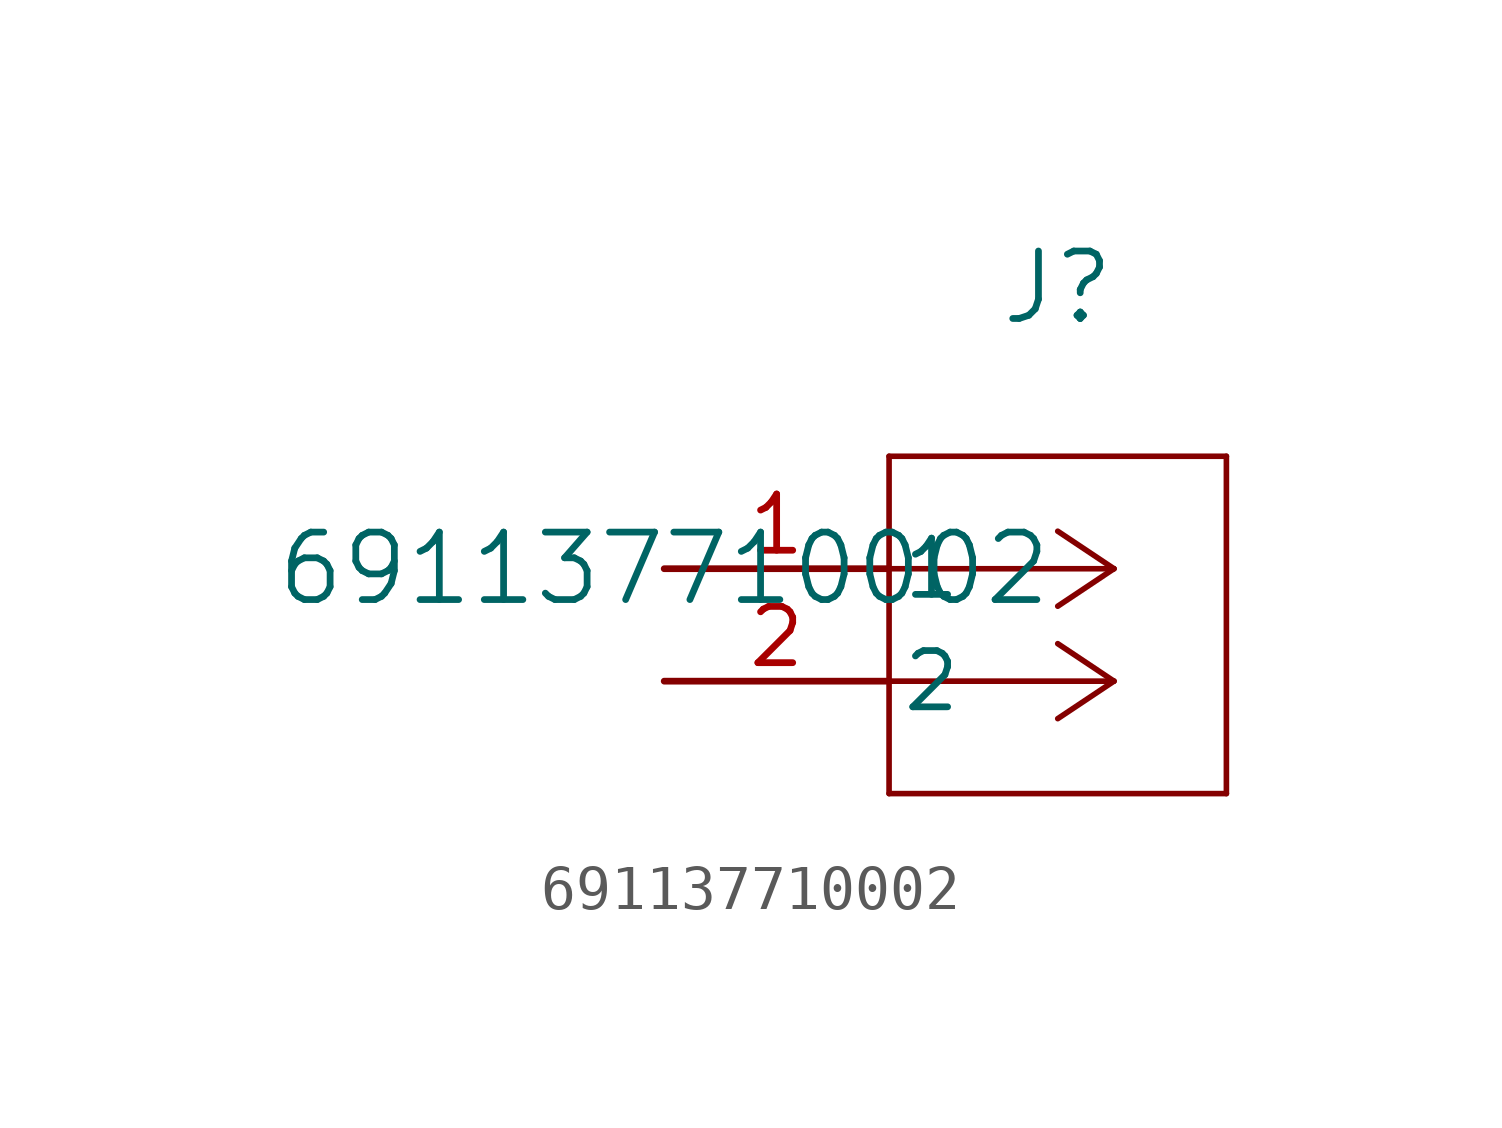
<source format=kicad_sym>
(kicad_symbol_lib
  (version 20211014)
  (generator kicad_symbol_editor)
  (symbol "691137710002"
    (pin_names
      (offset 0.254))
    (property "Reference" "J"
      (at 8.89 6.35 0)
      (effects (font (size 1.524 1.524))))
    (property "Value" "691137710002"
      (at 0 0 0)
      (effects (font (size 1.524 1.524))))
    (symbol "691137710002_0_1"
      (polyline (pts (xy 10.16 0) (xy 5.08 0)) (stroke (width 0.127) (type default) (color 0 0 0 0)) (fill (type none)))
      (polyline (pts (xy 10.16 -2.54) (xy 5.08 -2.54)) (stroke (width 0.127) (type default) (color 0 0 0 0)) (fill (type none)))
      (polyline (pts (xy 10.16 0) (xy 8.89 0.847)) (stroke (width 0.127) (type default) (color 0 0 0 0)) (fill (type none)))
      (polyline (pts (xy 10.16 -2.54) (xy 8.89 -1.693)) (stroke (width 0.127) (type default) (color 0 0 0 0)) (fill (type none)))
      (polyline (pts (xy 10.16 0) (xy 8.89 -0.847)) (stroke (width 0.127) (type default) (color 0 0 0 0)) (fill (type none)))
      (polyline (pts (xy 10.16 -2.54) (xy 8.89 -3.387)) (stroke (width 0.127) (type default) (color 0 0 0 0)) (fill (type none)))
      (polyline (pts (xy 5.08 2.54) (xy 5.08 -5.08)) (stroke (width 0.127) (type default) (color 0 0 0 0)) (fill (type none)))
      (polyline (pts (xy 5.08 -5.08) (xy 12.7 -5.08)) (stroke (width 0.127) (type default) (color 0 0 0 0)) (fill (type none)))
      (polyline (pts (xy 12.7 -5.08) (xy 12.7 2.54)) (stroke (width 0.127) (type default) (color 0 0 0 0)) (fill (type none)))
      (polyline (pts (xy 12.7 2.54) (xy 5.08 2.54)) (stroke (width 0.127) (type default) (color 0 0 0 0)) (fill (type none)))
      (pin unspecified line (at 0 0 0) (length 5.08) (name "1" (effects (font (size 1.27 1.27)))) (number "1" (effects (font (size 1.27 1.27)))))
      (pin unspecified line (at 0 -2.54 0) (length 5.08) (name "2" (effects (font (size 1.27 1.27)))) (number "2" (effects (font (size 1.27 1.27))))))))
</source>
